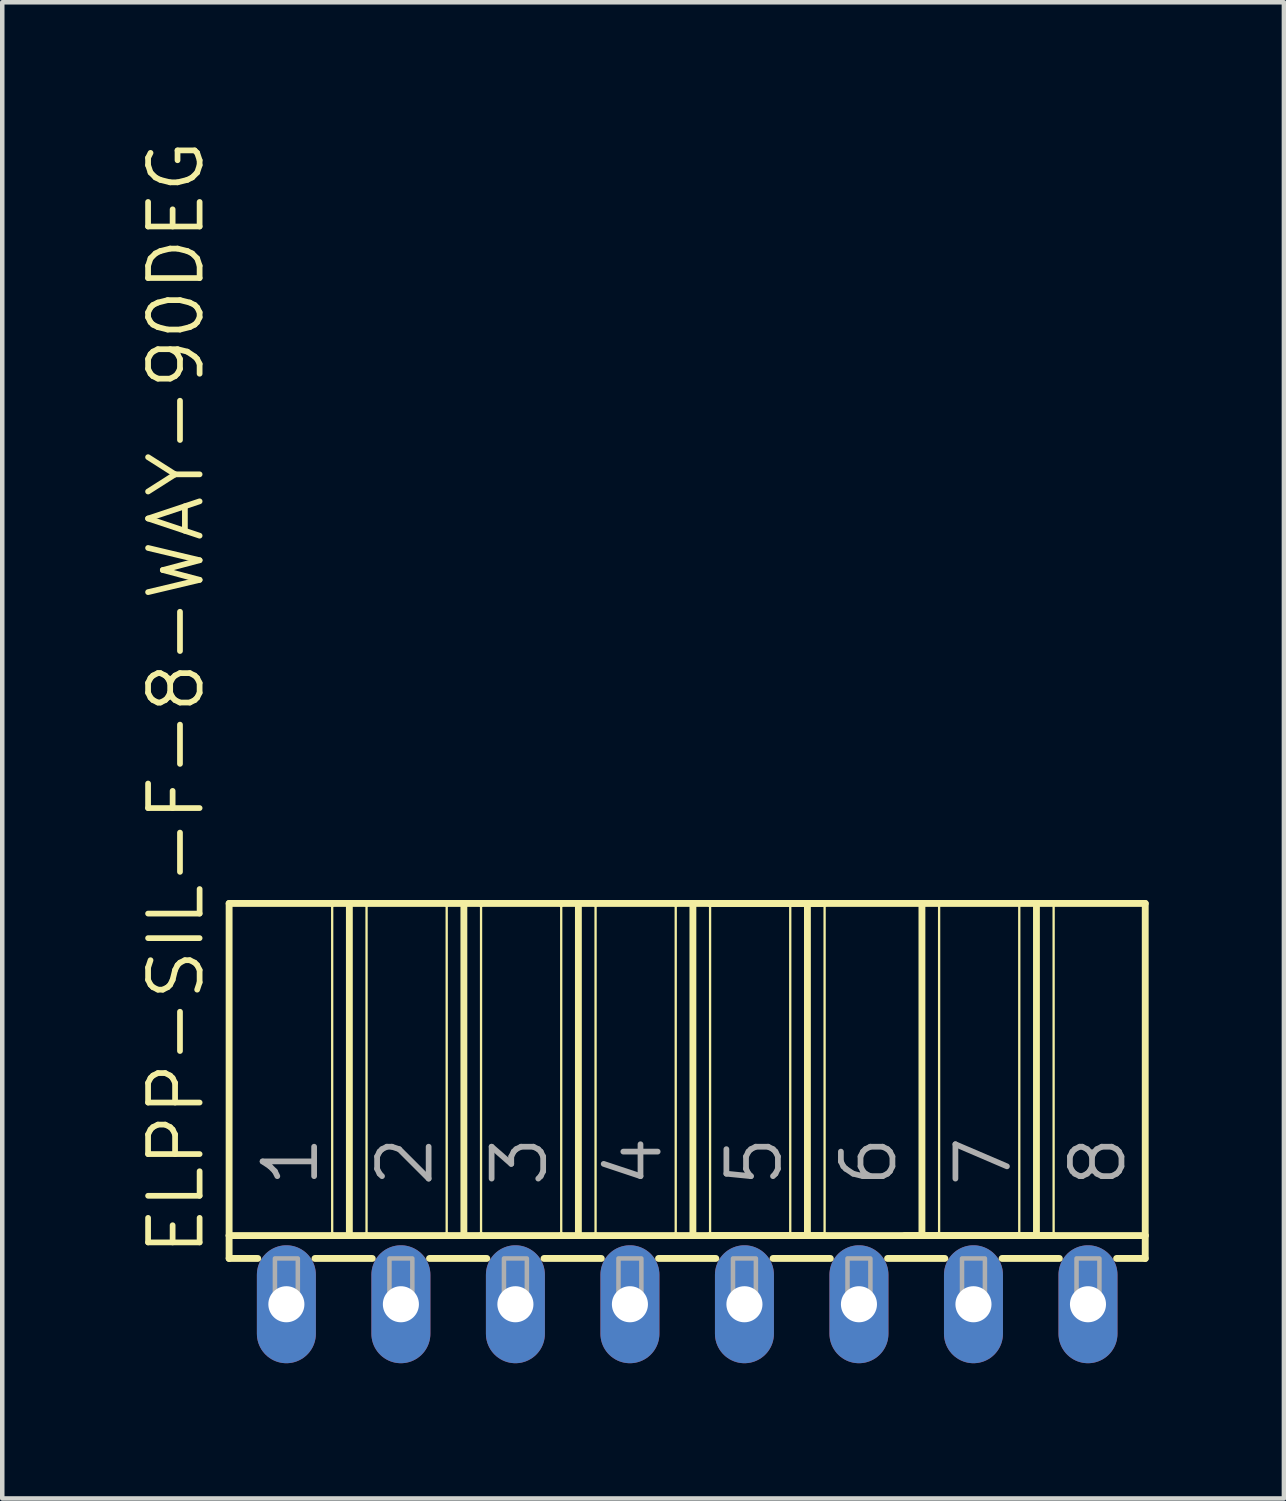
<source format=kicad_pcb>
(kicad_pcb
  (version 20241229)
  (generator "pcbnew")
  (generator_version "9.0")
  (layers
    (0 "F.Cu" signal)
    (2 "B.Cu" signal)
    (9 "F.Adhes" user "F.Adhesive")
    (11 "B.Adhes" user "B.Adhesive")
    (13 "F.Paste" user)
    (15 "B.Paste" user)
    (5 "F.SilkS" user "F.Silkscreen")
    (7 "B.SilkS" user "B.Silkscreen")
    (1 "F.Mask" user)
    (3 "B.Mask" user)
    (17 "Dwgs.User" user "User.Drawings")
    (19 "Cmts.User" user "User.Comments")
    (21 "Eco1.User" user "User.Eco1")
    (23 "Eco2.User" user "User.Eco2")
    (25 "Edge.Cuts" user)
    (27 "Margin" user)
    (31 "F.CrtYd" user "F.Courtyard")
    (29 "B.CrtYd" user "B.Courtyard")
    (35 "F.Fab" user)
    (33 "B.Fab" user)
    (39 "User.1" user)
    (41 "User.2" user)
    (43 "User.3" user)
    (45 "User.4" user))
  (footprint "ELPP-SIL-F-8-WAY-90DEG"
    (layer "F.Cu")
    (at 12.192 25.879)
    (property "Reference" "ELPP-SIL-F-8-WAY-90DEG" (at -10.668 -1.016 90) (unlocked yes) (layer "F.SilkS") (effects (font (size 1.143 1.143) (thickness 0.127)) (justify left bottom)))
    (fp_line (start -10.16 -8.89) (end -7.874 -8.89) (stroke (width 0.152) (type solid)) (layer "F.SilkS"))
    (fp_line (start -10.16 -1.524) (end -10.16 -8.89) (stroke (width 0.152) (type solid)) (layer "F.SilkS"))
    (fp_line (start -10.16 -1.524) (end -7.874 -1.524) (stroke (width 0.152) (type solid)) (layer "F.SilkS"))
    (fp_line (start -10.16 -1.016) (end -10.16 -1.524) (stroke (width 0.152) (type solid)) (layer "F.SilkS"))
    (fp_line (start -10.16 -1.016) (end -9.525 -1.016) (stroke (width 0.152) (type solid)) (layer "F.SilkS"))
    (fp_line (start -8.255 -1.016) (end -6.985 -1.016) (stroke (width 0.152) (type solid)) (layer "F.SilkS"))
    (fp_line (start -7.874 -8.89) (end -7.874 -1.524) (stroke (width 0.051) (type solid)) (layer "F.SilkS"))
    (fp_line (start -7.874 -8.89) (end -7.493 -8.89) (stroke (width 0.152) (type solid)) (layer "F.SilkS"))
    (fp_line (start -7.874 -1.524) (end -7.493 -1.524) (stroke (width 0.152) (type solid)) (layer "F.SilkS"))
    (fp_line (start -7.493 -8.89) (end -7.493 -1.524) (stroke (width 0.152) (type solid)) (layer "F.SilkS"))
    (fp_line (start -7.493 -8.89) (end -7.112 -8.89) (stroke (width 0.152) (type solid)) (layer "F.SilkS"))
    (fp_line (start -7.493 -1.524) (end -7.112 -1.524) (stroke (width 0.152) (type solid)) (layer "F.SilkS"))
    (fp_line (start -7.112 -8.89) (end -7.112 -1.524) (stroke (width 0.051) (type solid)) (layer "F.SilkS"))
    (fp_line (start -7.112 -8.89) (end -5.334 -8.89) (stroke (width 0.152) (type solid)) (layer "F.SilkS"))
    (fp_line (start -7.112 -1.524) (end -5.334 -1.524) (stroke (width 0.152) (type solid)) (layer "F.SilkS"))
    (fp_line (start -5.715 -1.016) (end -4.445 -1.016) (stroke (width 0.152) (type solid)) (layer "F.SilkS"))
    (fp_line (start -5.334 -8.89) (end -5.334 -1.524) (stroke (width 0.051) (type solid)) (layer "F.SilkS"))
    (fp_line (start -5.334 -8.89) (end -4.953 -8.89) (stroke (width 0.152) (type solid)) (layer "F.SilkS"))
    (fp_line (start -5.334 -1.524) (end -4.953 -1.524) (stroke (width 0.152) (type solid)) (layer "F.SilkS"))
    (fp_line (start -4.953 -8.89) (end -4.953 -1.524) (stroke (width 0.152) (type solid)) (layer "F.SilkS"))
    (fp_line (start -4.953 -8.89) (end -4.572 -8.89) (stroke (width 0.152) (type solid)) (layer "F.SilkS"))
    (fp_line (start -4.953 -1.524) (end -4.572 -1.524) (stroke (width 0.152) (type solid)) (layer "F.SilkS"))
    (fp_line (start -4.572 -8.89) (end -4.572 -1.524) (stroke (width 0.051) (type solid)) (layer "F.SilkS"))
    (fp_line (start -4.572 -8.89) (end -2.794 -8.89) (stroke (width 0.152) (type solid)) (layer "F.SilkS"))
    (fp_line (start -4.572 -1.524) (end -2.794 -1.524) (stroke (width 0.152) (type solid)) (layer "F.SilkS"))
    (fp_line (start -3.175 -1.016) (end -1.905 -1.016) (stroke (width 0.152) (type solid)) (layer "F.SilkS"))
    (fp_line (start -2.794 -8.89) (end -2.794 -1.524) (stroke (width 0.051) (type solid)) (layer "F.SilkS"))
    (fp_line (start -2.794 -8.89) (end -2.413 -8.89) (stroke (width 0.152) (type solid)) (layer "F.SilkS"))
    (fp_line (start -2.794 -1.524) (end -2.413 -1.524) (stroke (width 0.152) (type solid)) (layer "F.SilkS"))
    (fp_line (start -2.413 -8.89) (end -2.413 -1.524) (stroke (width 0.152) (type solid)) (layer "F.SilkS"))
    (fp_line (start -2.413 -8.89) (end -2.032 -8.89) (stroke (width 0.152) (type solid)) (layer "F.SilkS"))
    (fp_line (start -2.413 -1.524) (end -2.032 -1.524) (stroke (width 0.152) (type solid)) (layer "F.SilkS"))
    (fp_line (start -2.032 -8.89) (end -2.032 -1.524) (stroke (width 0.051) (type solid)) (layer "F.SilkS"))
    (fp_line (start -2.032 -8.89) (end -0.254 -8.89) (stroke (width 0.152) (type solid)) (layer "F.SilkS"))
    (fp_line (start -2.032 -1.524) (end -0.254 -1.524) (stroke (width 0.152) (type solid)) (layer "F.SilkS"))
    (fp_line (start -0.635 -1.016) (end 0.635 -1.016) (stroke (width 0.152) (type solid)) (layer "F.SilkS"))
    (fp_line (start -0.254 -8.89) (end -0.254 -1.524) (stroke (width 0.051) (type solid)) (layer "F.SilkS"))
    (fp_line (start -0.254 -8.89) (end 0.127 -8.89) (stroke (width 0.152) (type solid)) (layer "F.SilkS"))
    (fp_line (start -0.254 -1.524) (end 0.127 -1.524) (stroke (width 0.152) (type solid)) (layer "F.SilkS"))
    (fp_line (start 0.127 -8.89) (end 0.127 -1.524) (stroke (width 0.152) (type solid)) (layer "F.SilkS"))
    (fp_line (start 0.127 -8.89) (end 0.508 -8.89) (stroke (width 0.152) (type solid)) (layer "F.SilkS"))
    (fp_line (start 0.127 -1.524) (end 0.508 -1.524) (stroke (width 0.152) (type solid)) (layer "F.SilkS"))
    (fp_line (start 0.508 -8.89) (end 0.508 -1.524) (stroke (width 0.051) (type solid)) (layer "F.SilkS"))
    (fp_line (start 0.508 -8.89) (end 2.286 -8.89) (stroke (width 0.152) (type solid)) (layer "F.SilkS"))
    (fp_line (start 0.508 -8.89) (end 10.16 -8.89) (stroke (width 0.152) (type solid)) (layer "F.SilkS"))
    (fp_line (start 0.508 -1.524) (end 2.286 -1.524) (stroke (width 0.152) (type solid)) (layer "F.SilkS"))
    (fp_line (start 0.508 -1.524) (end 10.16 -1.524) (stroke (width 0.152) (type solid)) (layer "F.SilkS"))
    (fp_line (start 1.905 -1.016) (end 3.175 -1.016) (stroke (width 0.152) (type solid)) (layer "F.SilkS"))
    (fp_line (start 2.286 -8.89) (end 2.286 -1.524) (stroke (width 0.051) (type solid)) (layer "F.SilkS"))
    (fp_line (start 2.286 -8.89) (end 2.667 -8.89) (stroke (width 0.152) (type solid)) (layer "F.SilkS"))
    (fp_line (start 2.286 -1.524) (end 2.667 -1.524) (stroke (width 0.152) (type solid)) (layer "F.SilkS"))
    (fp_line (start 2.667 -8.89) (end 2.667 -1.524) (stroke (width 0.152) (type solid)) (layer "F.SilkS"))
    (fp_line (start 2.667 -8.89) (end 3.048 -8.89) (stroke (width 0.152) (type solid)) (layer "F.SilkS"))
    (fp_line (start 2.667 -1.524) (end 3.048 -1.524) (stroke (width 0.152) (type solid)) (layer "F.SilkS"))
    (fp_line (start 3.048 -8.89) (end 3.048 -1.524) (stroke (width 0.051) (type solid)) (layer "F.SilkS"))
    (fp_line (start 4.445 -1.016) (end 5.715 -1.016) (stroke (width 0.152) (type solid)) (layer "F.SilkS"))
    (fp_line (start 4.826 -1.524) (end 5.207 -1.524) (stroke (width 0.152) (type solid)) (layer "F.SilkS"))
    (fp_line (start 5.207 -8.89) (end 5.207 -1.524) (stroke (width 0.152) (type solid)) (layer "F.SilkS"))
    (fp_line (start 5.207 -1.524) (end 5.588 -1.524) (stroke (width 0.152) (type solid)) (layer "F.SilkS"))
    (fp_line (start 5.588 -8.89) (end 5.588 -1.524) (stroke (width 0.051) (type solid)) (layer "F.SilkS"))
    (fp_line (start 5.588 -1.524) (end 7.366 -1.524) (stroke (width 0.152) (type solid)) (layer "F.SilkS"))
    (fp_line (start 6.985 -1.016) (end 8.255 -1.016) (stroke (width 0.152) (type solid)) (layer "F.SilkS"))
    (fp_line (start 7.366 -8.89) (end 7.366 -1.524) (stroke (width 0.051) (type solid)) (layer "F.SilkS"))
    (fp_line (start 7.366 -1.524) (end 7.747 -1.524) (stroke (width 0.152) (type solid)) (layer "F.SilkS"))
    (fp_line (start 7.747 -8.89) (end 7.747 -1.524) (stroke (width 0.152) (type solid)) (layer "F.SilkS"))
    (fp_line (start 7.747 -1.524) (end 8.128 -1.524) (stroke (width 0.152) (type solid)) (layer "F.SilkS"))
    (fp_line (start 8.128 -8.89) (end 8.128 -1.524) (stroke (width 0.051) (type solid)) (layer "F.SilkS"))
    (fp_line (start 10.16 -8.89) (end 10.16 -1.524) (stroke (width 0.152) (type solid)) (layer "F.SilkS"))
    (fp_line (start 10.16 -1.524) (end 10.16 -1.016) (stroke (width 0.152) (type solid)) (layer "F.SilkS"))
    (fp_line (start 10.16 -1.016) (end 9.525 -1.016) (stroke (width 0.152) (type solid)) (layer "F.SilkS"))
    (fp_poly (pts (xy -9.144 0) (xy -8.636 0) (xy -8.636 -1.016) (xy -9.144 -1.016)) (stroke (width 0.1) (type default)) (fill no) (layer "F.Fab"))
    (fp_poly (pts (xy -6.604 0) (xy -6.096 0) (xy -6.096 -1.016) (xy -6.604 -1.016)) (stroke (width 0.1) (type default)) (fill no) (layer "F.Fab"))
    (fp_poly (pts (xy -4.064 0) (xy -3.556 0) (xy -3.556 -1.016) (xy -4.064 -1.016)) (stroke (width 0.1) (type default)) (fill no) (layer "F.Fab"))
    (fp_poly (pts (xy -1.524 0) (xy -1.016 0) (xy -1.016 -1.016) (xy -1.524 -1.016)) (stroke (width 0.1) (type default)) (fill no) (layer "F.Fab"))
    (fp_poly (pts (xy 1.016 0) (xy 1.524 0) (xy 1.524 -1.016) (xy 1.016 -1.016)) (stroke (width 0.1) (type default)) (fill no) (layer "F.Fab"))
    (fp_poly (pts (xy 3.556 0) (xy 4.064 0) (xy 4.064 -1.016) (xy 3.556 -1.016)) (stroke (width 0.1) (type default)) (fill no) (layer "F.Fab"))
    (fp_poly (pts (xy 6.096 0) (xy 6.604 0) (xy 6.604 -1.016) (xy 6.096 -1.016)) (stroke (width 0.1) (type default)) (fill no) (layer "F.Fab"))
    (fp_poly (pts (xy 8.636 0) (xy 9.144 0) (xy 9.144 -1.016) (xy 8.636 -1.016)) (stroke (width 0.1) (type default)) (fill no) (layer "F.Fab"))
    (fp_text user "1" (at -8.128 -2.54 90) (layer "F.Fab") (effects (font (size 1.143 1.143) (thickness 0.127)) (justify left bottom)))
    (fp_text user "2" (at -5.588 -2.54 90) (layer "F.Fab") (effects (font (size 1.143 1.143) (thickness 0.127)) (justify left bottom)))
    (fp_text user "6" (at 4.699 -2.54 90) (layer "F.Fab") (effects (font (size 1.143 1.143) (thickness 0.127)) (justify left bottom)))
    (fp_text user "5" (at 2.159 -2.54 90) (layer "F.Fab") (effects (font (size 1.143 1.143) (thickness 0.127)) (justify left bottom)))
    (fp_text user "3" (at -3.048 -2.54 90) (layer "F.Fab") (effects (font (size 1.143 1.143) (thickness 0.127)) (justify left bottom)))
    (fp_text user "7" (at 7.239 -2.54 90) (layer "F.Fab") (effects (font (size 1.143 1.143) (thickness 0.127)) (justify left bottom)))
    (fp_text user "4" (at -0.508 -2.54 90) (layer "F.Fab") (effects (font (size 1.143 1.143) (thickness 0.127)) (justify left bottom)))
    (fp_text user "8" (at 9.779 -2.54 90) (layer "F.Fab") (effects (font (size 1.143 1.143) (thickness 0.127)) (justify left bottom)))
    (pad "1" thru_hole oval (at -8.89 0 90) (size 2.616 1.308) (drill 0.8) (layers "*.Cu" "*.Mask"))
    (pad "2" thru_hole oval (at -6.35 0 90) (size 2.616 1.308) (drill 0.8) (layers "*.Cu" "*.Mask"))
    (pad "3" thru_hole oval (at -3.81 0 90) (size 2.616 1.308) (drill 0.8) (layers "*.Cu" "*.Mask"))
    (pad "4" thru_hole oval (at -1.27 0 90) (size 2.616 1.308) (drill 0.8) (layers "*.Cu" "*.Mask"))
    (pad "5" thru_hole oval (at 1.27 0 90) (size 2.616 1.308) (drill 0.8) (layers "*.Cu" "*.Mask"))
    (pad "6" thru_hole oval (at 3.81 0 90) (size 2.616 1.308) (drill 0.8) (layers "*.Cu" "*.Mask"))
    (pad "7" thru_hole oval (at 6.35 0 90) (size 2.616 1.308) (drill 0.8) (layers "*.Cu" "*.Mask"))
    (pad "8" thru_hole oval (at 8.89 0 90) (size 2.616 1.308) (drill 0.8) (layers "*.Cu" "*.Mask")))
  (gr_rect
    (start -3 -3)
    (end 25.428 30.187)
    (stroke (width 0.1) (type default))
    (fill no)
    (layer "Edge.Cuts")))
</source>
